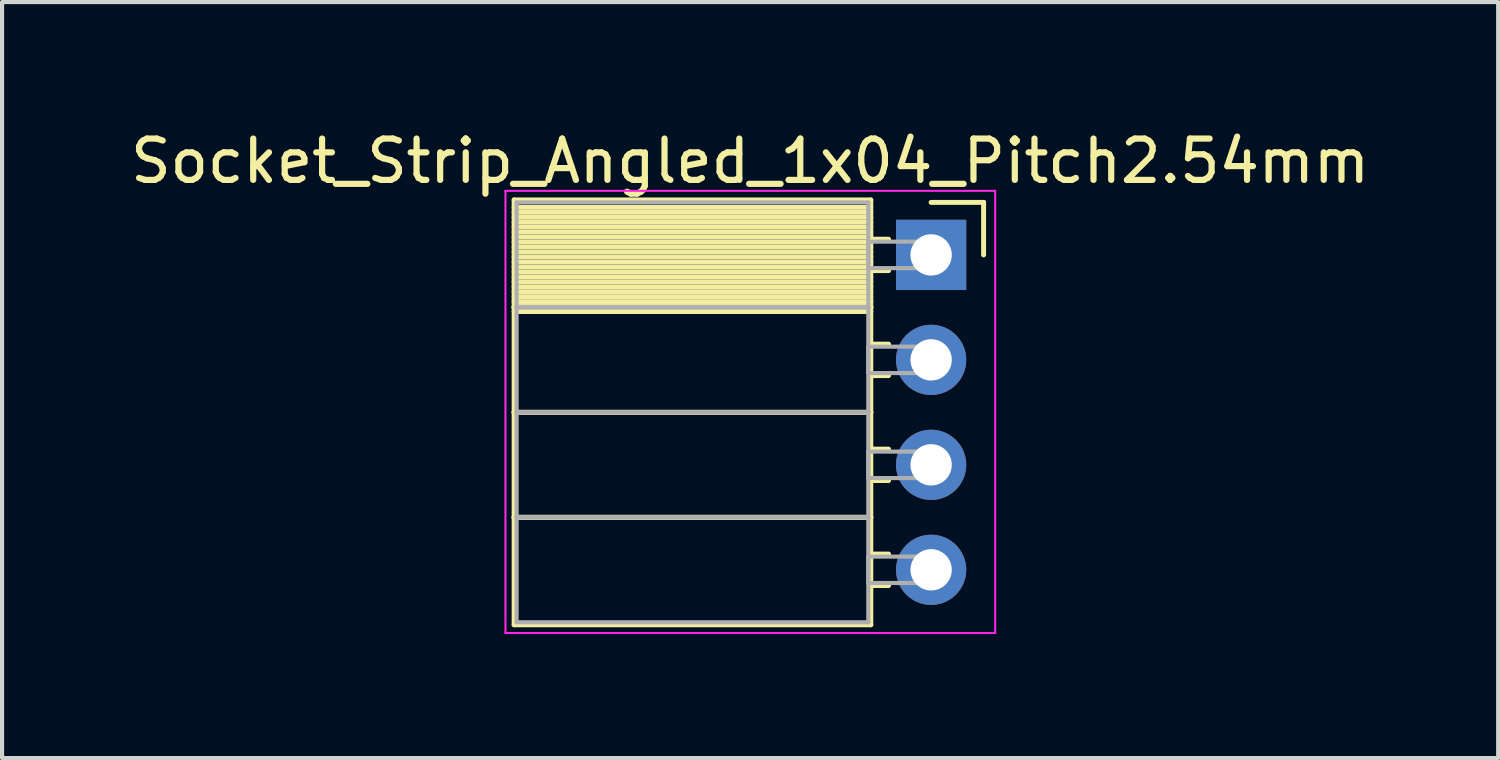
<source format=kicad_pcb>
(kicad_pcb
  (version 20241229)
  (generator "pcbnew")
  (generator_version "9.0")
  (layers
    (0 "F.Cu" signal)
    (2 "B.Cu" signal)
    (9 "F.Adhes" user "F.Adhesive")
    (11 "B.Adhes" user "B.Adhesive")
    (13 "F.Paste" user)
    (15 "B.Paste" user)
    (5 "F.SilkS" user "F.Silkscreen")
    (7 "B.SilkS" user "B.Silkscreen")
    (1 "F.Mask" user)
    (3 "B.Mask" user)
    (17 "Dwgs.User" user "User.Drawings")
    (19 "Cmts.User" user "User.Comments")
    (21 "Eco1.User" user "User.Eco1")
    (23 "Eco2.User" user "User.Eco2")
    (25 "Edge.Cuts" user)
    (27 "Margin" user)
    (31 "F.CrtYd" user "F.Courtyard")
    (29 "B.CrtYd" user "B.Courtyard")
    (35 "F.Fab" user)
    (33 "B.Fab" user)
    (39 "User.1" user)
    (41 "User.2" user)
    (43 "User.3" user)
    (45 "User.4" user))
  (footprint "Socket_Strip_Angled_1x04_Pitch2.54mm"
    (layer "F.Cu")
    (at 19.481 3.118)
    (property "Reference" "Socket_Strip_Angled_1x04_Pitch2.54mm" (at -4.38 -2.27 0) (layer "F.SilkS") (effects (font (size 1 1) (thickness 0.15))))
    (attr through_hole)
    (fp_line (start -10.09 -1.33) (end -1.46 -1.33) (stroke (width 0.12) (type solid)) (layer "F.SilkS"))
    (fp_line (start -10.09 1.27) (end -10.09 -1.33) (stroke (width 0.12) (type solid)) (layer "F.SilkS"))
    (fp_line (start -10.09 1.27) (end -1.46 1.27) (stroke (width 0.12) (type solid)) (layer "F.SilkS"))
    (fp_line (start -10.09 3.81) (end -10.09 1.27) (stroke (width 0.12) (type solid)) (layer "F.SilkS"))
    (fp_line (start -10.09 3.81) (end -1.46 3.81) (stroke (width 0.12) (type solid)) (layer "F.SilkS"))
    (fp_line (start -10.09 6.35) (end -10.09 3.81) (stroke (width 0.12) (type solid)) (layer "F.SilkS"))
    (fp_line (start -10.09 6.35) (end -1.46 6.35) (stroke (width 0.12) (type solid)) (layer "F.SilkS"))
    (fp_line (start -10.09 8.95) (end -10.09 6.35) (stroke (width 0.12) (type solid)) (layer "F.SilkS"))
    (fp_line (start -1.46 -1.33) (end -1.46 1.27) (stroke (width 0.12) (type solid)) (layer "F.SilkS"))
    (fp_line (start -1.46 -1.15) (end -10.09 -1.15) (stroke (width 0.12) (type solid)) (layer "F.SilkS"))
    (fp_line (start -1.46 -1.03) (end -10.09 -1.03) (stroke (width 0.12) (type solid)) (layer "F.SilkS"))
    (fp_line (start -1.46 -0.91) (end -10.09 -0.91) (stroke (width 0.12) (type solid)) (layer "F.SilkS"))
    (fp_line (start -1.46 -0.79) (end -10.09 -0.79) (stroke (width 0.12) (type solid)) (layer "F.SilkS"))
    (fp_line (start -1.46 -0.67) (end -10.09 -0.67) (stroke (width 0.12) (type solid)) (layer "F.SilkS"))
    (fp_line (start -1.46 -0.55) (end -10.09 -0.55) (stroke (width 0.12) (type solid)) (layer "F.SilkS"))
    (fp_line (start -1.46 -0.43) (end -10.09 -0.43) (stroke (width 0.12) (type solid)) (layer "F.SilkS"))
    (fp_line (start -1.46 -0.31) (end -10.09 -0.31) (stroke (width 0.12) (type solid)) (layer "F.SilkS"))
    (fp_line (start -1.46 -0.19) (end -10.09 -0.19) (stroke (width 0.12) (type solid)) (layer "F.SilkS"))
    (fp_line (start -1.46 -0.07) (end -10.09 -0.07) (stroke (width 0.12) (type solid)) (layer "F.SilkS"))
    (fp_line (start -1.46 0.05) (end -10.09 0.05) (stroke (width 0.12) (type solid)) (layer "F.SilkS"))
    (fp_line (start -1.46 0.17) (end -10.09 0.17) (stroke (width 0.12) (type solid)) (layer "F.SilkS"))
    (fp_line (start -1.46 0.29) (end -10.09 0.29) (stroke (width 0.12) (type solid)) (layer "F.SilkS"))
    (fp_line (start -1.46 0.41) (end -10.09 0.41) (stroke (width 0.12) (type solid)) (layer "F.SilkS"))
    (fp_line (start -1.46 0.53) (end -10.09 0.53) (stroke (width 0.12) (type solid)) (layer "F.SilkS"))
    (fp_line (start -1.46 0.65) (end -10.09 0.65) (stroke (width 0.12) (type solid)) (layer "F.SilkS"))
    (fp_line (start -1.46 0.77) (end -10.09 0.77) (stroke (width 0.12) (type solid)) (layer "F.SilkS"))
    (fp_line (start -1.46 0.89) (end -10.09 0.89) (stroke (width 0.12) (type solid)) (layer "F.SilkS"))
    (fp_line (start -1.46 1.01) (end -10.09 1.01) (stroke (width 0.12) (type solid)) (layer "F.SilkS"))
    (fp_line (start -1.46 1.13) (end -10.09 1.13) (stroke (width 0.12) (type solid)) (layer "F.SilkS"))
    (fp_line (start -1.46 1.25) (end -10.09 1.25) (stroke (width 0.12) (type solid)) (layer "F.SilkS"))
    (fp_line (start -1.46 1.27) (end -10.09 1.27) (stroke (width 0.12) (type solid)) (layer "F.SilkS"))
    (fp_line (start -1.46 1.27) (end -1.46 3.81) (stroke (width 0.12) (type solid)) (layer "F.SilkS"))
    (fp_line (start -1.46 1.37) (end -10.09 1.37) (stroke (width 0.12) (type solid)) (layer "F.SilkS"))
    (fp_line (start -1.46 3.81) (end -10.09 3.81) (stroke (width 0.12) (type solid)) (layer "F.SilkS"))
    (fp_line (start -1.46 3.81) (end -1.46 6.35) (stroke (width 0.12) (type solid)) (layer "F.SilkS"))
    (fp_line (start -1.46 6.35) (end -10.09 6.35) (stroke (width 0.12) (type solid)) (layer "F.SilkS"))
    (fp_line (start -1.46 6.35) (end -1.46 8.95) (stroke (width 0.12) (type solid)) (layer "F.SilkS"))
    (fp_line (start -1.46 8.95) (end -10.09 8.95) (stroke (width 0.12) (type solid)) (layer "F.SilkS"))
    (fp_line (start -1.03 -0.38) (end -1.46 -0.38) (stroke (width 0.12) (type solid)) (layer "F.SilkS"))
    (fp_line (start -1.03 0.38) (end -1.46 0.38) (stroke (width 0.12) (type solid)) (layer "F.SilkS"))
    (fp_line (start -1.03 2.16) (end -1.46 2.16) (stroke (width 0.12) (type solid)) (layer "F.SilkS"))
    (fp_line (start -1.03 2.92) (end -1.46 2.92) (stroke (width 0.12) (type solid)) (layer "F.SilkS"))
    (fp_line (start -1.03 4.7) (end -1.46 4.7) (stroke (width 0.12) (type solid)) (layer "F.SilkS"))
    (fp_line (start -1.03 5.46) (end -1.46 5.46) (stroke (width 0.12) (type solid)) (layer "F.SilkS"))
    (fp_line (start -1.03 7.24) (end -1.46 7.24) (stroke (width 0.12) (type solid)) (layer "F.SilkS"))
    (fp_line (start -1.03 8) (end -1.46 8) (stroke (width 0.12) (type solid)) (layer "F.SilkS"))
    (fp_line (start 0 -1.27) (end 1.27 -1.27) (stroke (width 0.12) (type solid)) (layer "F.SilkS"))
    (fp_line (start 1.27 -1.27) (end 1.27 0) (stroke (width 0.12) (type solid)) (layer "F.SilkS"))
    (fp_line (start -10.3 -1.55) (end 1.55 -1.55) (stroke (width 0.05) (type solid)) (layer "F.CrtYd"))
    (fp_line (start -10.3 9.15) (end -10.3 -1.55) (stroke (width 0.05) (type solid)) (layer "F.CrtYd"))
    (fp_line (start 1.55 -1.55) (end 1.55 9.15) (stroke (width 0.05) (type solid)) (layer "F.CrtYd"))
    (fp_line (start 1.55 9.15) (end -10.3 9.15) (stroke (width 0.05) (type solid)) (layer "F.CrtYd"))
    (fp_line (start -10.03 -1.27) (end -1.52 -1.27) (stroke (width 0.1) (type solid)) (layer "F.Fab"))
    (fp_line (start -10.03 1.27) (end -10.03 -1.27) (stroke (width 0.1) (type solid)) (layer "F.Fab"))
    (fp_line (start -10.03 1.27) (end -1.52 1.27) (stroke (width 0.1) (type solid)) (layer "F.Fab"))
    (fp_line (start -10.03 3.81) (end -10.03 1.27) (stroke (width 0.1) (type solid)) (layer "F.Fab"))
    (fp_line (start -10.03 3.81) (end -1.52 3.81) (stroke (width 0.1) (type solid)) (layer "F.Fab"))
    (fp_line (start -10.03 6.35) (end -10.03 3.81) (stroke (width 0.1) (type solid)) (layer "F.Fab"))
    (fp_line (start -10.03 6.35) (end -1.52 6.35) (stroke (width 0.1) (type solid)) (layer "F.Fab"))
    (fp_line (start -10.03 8.89) (end -10.03 6.35) (stroke (width 0.1) (type solid)) (layer "F.Fab"))
    (fp_line (start -1.52 -1.27) (end -1.52 1.27) (stroke (width 0.1) (type solid)) (layer "F.Fab"))
    (fp_line (start -1.52 -0.32) (end 0 -0.32) (stroke (width 0.1) (type solid)) (layer "F.Fab"))
    (fp_line (start -1.52 0.32) (end -1.52 -0.32) (stroke (width 0.1) (type solid)) (layer "F.Fab"))
    (fp_line (start -1.52 1.27) (end -10.03 1.27) (stroke (width 0.1) (type solid)) (layer "F.Fab"))
    (fp_line (start -1.52 1.27) (end -1.52 3.81) (stroke (width 0.1) (type solid)) (layer "F.Fab"))
    (fp_line (start -1.52 2.22) (end 0 2.22) (stroke (width 0.1) (type solid)) (layer "F.Fab"))
    (fp_line (start -1.52 2.86) (end -1.52 2.22) (stroke (width 0.1) (type solid)) (layer "F.Fab"))
    (fp_line (start -1.52 3.81) (end -10.03 3.81) (stroke (width 0.1) (type solid)) (layer "F.Fab"))
    (fp_line (start -1.52 3.81) (end -1.52 6.35) (stroke (width 0.1) (type solid)) (layer "F.Fab"))
    (fp_line (start -1.52 4.76) (end 0 4.76) (stroke (width 0.1) (type solid)) (layer "F.Fab"))
    (fp_line (start -1.52 5.4) (end -1.52 4.76) (stroke (width 0.1) (type solid)) (layer "F.Fab"))
    (fp_line (start -1.52 6.35) (end -10.03 6.35) (stroke (width 0.1) (type solid)) (layer "F.Fab"))
    (fp_line (start -1.52 6.35) (end -1.52 8.89) (stroke (width 0.1) (type solid)) (layer "F.Fab"))
    (fp_line (start -1.52 7.3) (end 0 7.3) (stroke (width 0.1) (type solid)) (layer "F.Fab"))
    (fp_line (start -1.52 7.94) (end -1.52 7.3) (stroke (width 0.1) (type solid)) (layer "F.Fab"))
    (fp_line (start -1.52 8.89) (end -10.03 8.89) (stroke (width 0.1) (type solid)) (layer "F.Fab"))
    (fp_line (start 0 -0.32) (end 0 0.32) (stroke (width 0.1) (type solid)) (layer "F.Fab"))
    (fp_line (start 0 0.32) (end -1.52 0.32) (stroke (width 0.1) (type solid)) (layer "F.Fab"))
    (fp_line (start 0 2.22) (end 0 2.86) (stroke (width 0.1) (type solid)) (layer "F.Fab"))
    (fp_line (start 0 2.86) (end -1.52 2.86) (stroke (width 0.1) (type solid)) (layer "F.Fab"))
    (fp_line (start 0 4.76) (end 0 5.4) (stroke (width 0.1) (type solid)) (layer "F.Fab"))
    (fp_line (start 0 5.4) (end -1.52 5.4) (stroke (width 0.1) (type solid)) (layer "F.Fab"))
    (fp_line (start 0 7.3) (end 0 7.94) (stroke (width 0.1) (type solid)) (layer "F.Fab"))
    (fp_line (start 0 7.94) (end -1.52 7.94) (stroke (width 0.1) (type solid)) (layer "F.Fab"))
    (pad "1" thru_hole rect (at 0 0) (size 1.7 1.7) (drill 1) (layers "*.Cu" "*.Mask"))
    (pad "2" thru_hole oval (at 0 2.54) (size 1.7 1.7) (drill 1) (layers "*.Cu" "*.Mask"))
    (pad "3" thru_hole oval (at 0 5.08) (size 1.7 1.7) (drill 1) (layers "*.Cu" "*.Mask"))
    (pad "4" thru_hole oval (at 0 7.62) (size 1.7 1.7) (drill 1) (layers "*.Cu" "*.Mask")))
  (gr_rect
    (start -3 -3)
    (end 33.202 15.293)
    (stroke (width 0.1) (type default))
    (fill no)
    (layer "Edge.Cuts")))
</source>
